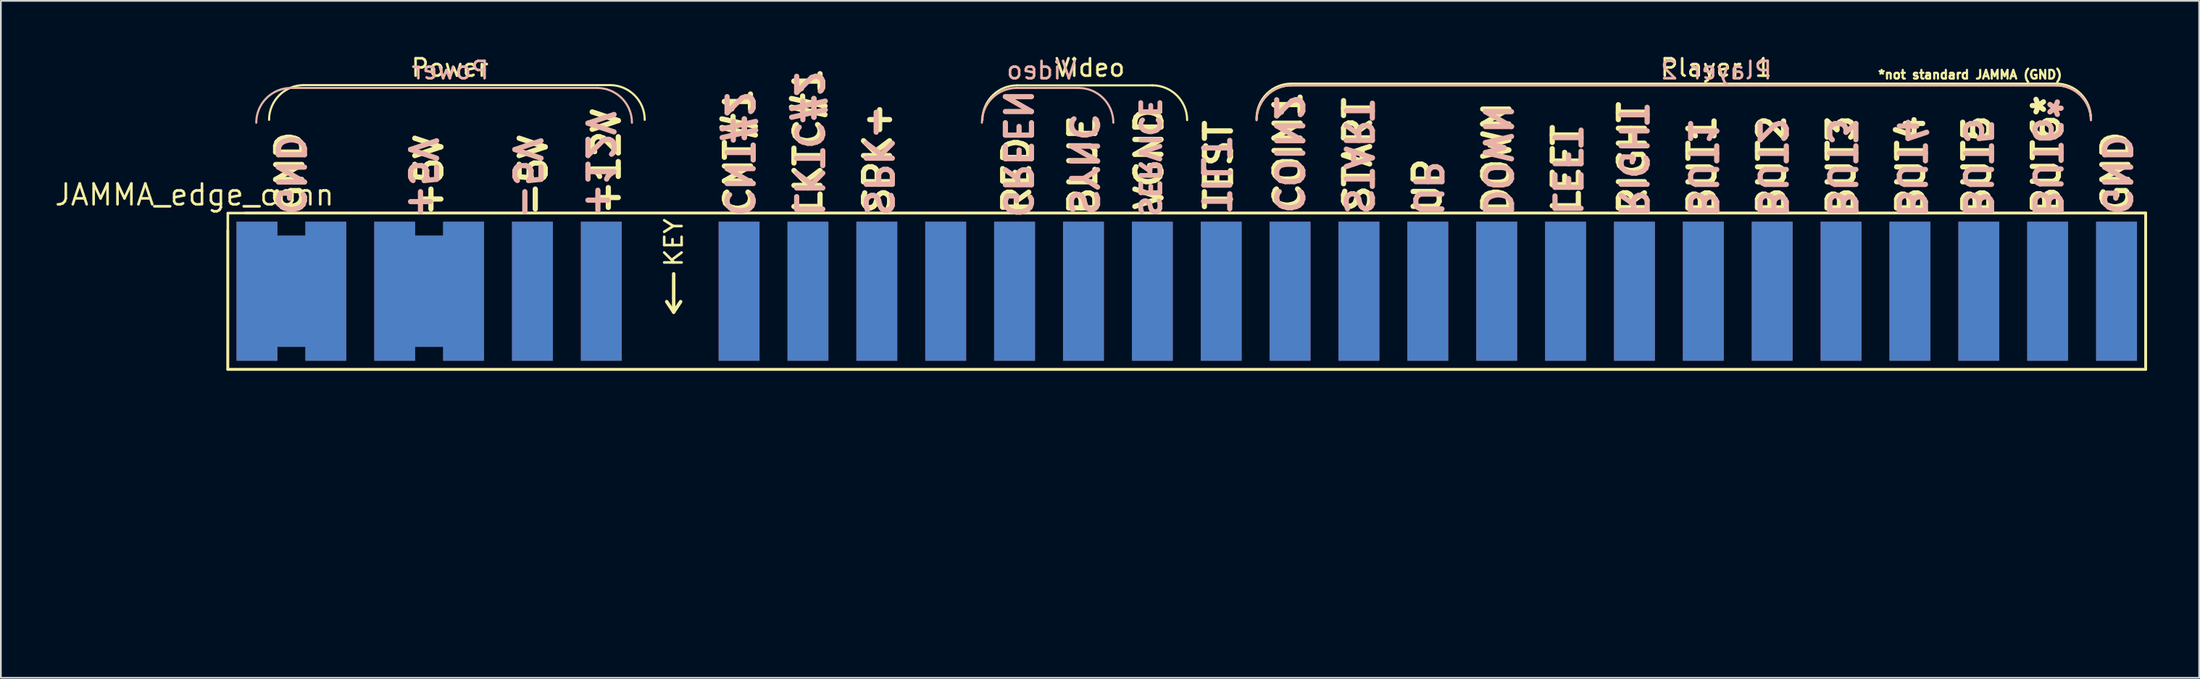
<source format=kicad_pcb>
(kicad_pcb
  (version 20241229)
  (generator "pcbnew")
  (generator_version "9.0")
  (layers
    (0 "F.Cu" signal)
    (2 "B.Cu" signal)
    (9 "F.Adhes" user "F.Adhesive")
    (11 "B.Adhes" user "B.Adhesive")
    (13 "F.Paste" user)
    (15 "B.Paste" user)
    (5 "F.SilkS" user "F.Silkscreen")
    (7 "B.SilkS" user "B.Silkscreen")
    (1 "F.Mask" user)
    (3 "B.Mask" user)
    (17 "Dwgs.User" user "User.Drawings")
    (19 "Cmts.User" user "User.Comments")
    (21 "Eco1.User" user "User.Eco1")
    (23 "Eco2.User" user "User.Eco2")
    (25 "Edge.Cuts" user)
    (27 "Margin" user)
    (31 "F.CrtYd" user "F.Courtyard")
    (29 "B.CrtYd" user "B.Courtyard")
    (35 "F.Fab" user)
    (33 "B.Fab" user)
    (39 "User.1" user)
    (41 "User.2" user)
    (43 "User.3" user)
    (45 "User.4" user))
  (footprint "JAMMA_edge_conn"
    (layer "F.Cu")
    (at 66.184 32.712)
    (property "Reference" "JAMMA_edge_conn" (at -58.05 -24.55 0) (layer "F.SilkS") (effects (font (size 1.2 1.2) (thickness 0.15))))
    (attr smd)
    (fp_rect (start -51.675 -15.9) (end -53.475 -22.1) (stroke (width 0.2) (type solid)) (fill yes) (layer "F.Cu"))
    (fp_rect (start -43.755 -15.9) (end -45.355 -22.1) (stroke (width 0.2) (type solid)) (fill yes) (layer "F.Cu"))
    (fp_rect (start -51.675 -15.9) (end -53.475 -22.1) (stroke (width 0.2) (type solid)) (fill yes) (layer "B.Cu"))
    (fp_rect (start -43.755 -15.9) (end -45.355 -22.1) (stroke (width 0.2) (type solid)) (fill yes) (layer "B.Cu"))
    (fp_poly (pts (xy -53.289 -15.011) (xy -55.626 -15.011) (xy -55.626 -23) (xy -53.289 -23)) (stroke (width 0.1) (type solid)) (fill yes) (layer "B.Mask"))
    (fp_poly (pts (xy -49.34 -15.011) (xy -51.676 -15.011) (xy -51.676 -23) (xy -49.34 -23)) (stroke (width 0.1) (type solid)) (fill yes) (layer "B.Mask"))
    (fp_poly (pts (xy -45.364 -15.011) (xy -47.701 -15.011) (xy -47.701 -23) (xy -45.364 -23)) (stroke (width 0.1) (type solid)) (fill yes) (layer "B.Mask"))
    (fp_poly (pts (xy -41.415 -15.011) (xy -43.752 -15.011) (xy -43.752 -23) (xy -41.415 -23)) (stroke (width 0.1) (type solid)) (fill yes) (layer "B.Mask"))
    (fp_poly (pts (xy -37.452 -15.011) (xy -39.789 -15.011) (xy -39.789 -23) (xy -37.452 -23)) (stroke (width 0.1) (type solid)) (fill yes) (layer "B.Mask"))
    (fp_poly (pts (xy -33.503 -15.011) (xy -35.839 -15.011) (xy -35.839 -23) (xy -33.503 -23)) (stroke (width 0.1) (type solid)) (fill yes) (layer "B.Mask"))
    (fp_poly (pts (xy -25.565 -14.999) (xy -27.902 -14.999) (xy -27.902 -22.987) (xy -25.565 -22.987)) (stroke (width 0.1) (type solid)) (fill yes) (layer "B.Mask"))
    (fp_poly (pts (xy -21.615 -14.999) (xy -23.952 -14.999) (xy -23.952 -22.987) (xy -21.615 -22.987)) (stroke (width 0.1) (type solid)) (fill yes) (layer "B.Mask"))
    (fp_poly (pts (xy -17.64 -14.999) (xy -19.977 -14.999) (xy -19.977 -22.987) (xy -17.64 -22.987)) (stroke (width 0.1) (type solid)) (fill yes) (layer "B.Mask"))
    (fp_poly (pts (xy -13.691 -14.999) (xy -16.027 -14.999) (xy -16.027 -22.987) (xy -13.691 -22.987)) (stroke (width 0.1) (type solid)) (fill yes) (layer "B.Mask"))
    (fp_poly (pts (xy -9.728 -14.999) (xy -12.065 -14.999) (xy -12.065 -22.987) (xy -9.728 -22.987)) (stroke (width 0.1) (type solid)) (fill yes) (layer "B.Mask"))
    (fp_poly (pts (xy -5.779 -14.999) (xy -8.115 -14.999) (xy -8.115 -22.987) (xy -5.779 -22.987)) (stroke (width 0.1) (type solid)) (fill yes) (layer "B.Mask"))
    (fp_poly (pts (xy -1.816 -15.011) (xy -4.153 -15.011) (xy -4.153 -23) (xy -1.816 -23)) (stroke (width 0.1) (type solid)) (fill yes) (layer "B.Mask"))
    (fp_poly (pts (xy 2.134 -15.011) (xy -0.203 -15.011) (xy -0.203 -23) (xy 2.134 -23)) (stroke (width 0.1) (type solid)) (fill yes) (layer "B.Mask"))
    (fp_poly (pts (xy 6.109 -15.011) (xy 3.772 -15.011) (xy 3.772 -23) (xy 6.109 -23)) (stroke (width 0.1) (type solid)) (fill yes) (layer "B.Mask"))
    (fp_poly (pts (xy 10.058 -15.011) (xy 7.722 -15.011) (xy 7.722 -23) (xy 10.058 -23)) (stroke (width 0.1) (type solid)) (fill yes) (layer "B.Mask"))
    (fp_poly (pts (xy 14.021 -15.011) (xy 11.684 -15.011) (xy 11.684 -23) (xy 14.021 -23)) (stroke (width 0.1) (type solid)) (fill yes) (layer "B.Mask"))
    (fp_poly (pts (xy 17.971 -15.011) (xy 15.634 -15.011) (xy 15.634 -23) (xy 17.971 -23)) (stroke (width 0.1) (type solid)) (fill yes) (layer "B.Mask"))
    (fp_poly (pts (xy 21.971 -15.011) (xy 19.634 -15.011) (xy 19.634 -23) (xy 21.971 -23)) (stroke (width 0.1) (type solid)) (fill yes) (layer "B.Mask"))
    (fp_poly (pts (xy 25.933 -15.011) (xy 23.597 -15.011) (xy 23.597 -23) (xy 25.933 -23)) (stroke (width 0.1) (type solid)) (fill yes) (layer "B.Mask"))
    (fp_poly (pts (xy 29.883 -15.011) (xy 27.546 -15.011) (xy 27.546 -23) (xy 29.883 -23)) (stroke (width 0.1) (type solid)) (fill yes) (layer "B.Mask"))
    (fp_poly (pts (xy 33.846 -15.024) (xy 31.509 -15.024) (xy 31.509 -23.012) (xy 33.846 -23.012)) (stroke (width 0.1) (type solid)) (fill yes) (layer "B.Mask"))
    (fp_poly (pts (xy 37.795 -15.024) (xy 35.458 -15.024) (xy 35.458 -23.012) (xy 37.795 -23.012)) (stroke (width 0.1) (type solid)) (fill yes) (layer "B.Mask"))
    (fp_poly (pts (xy 41.77 -15.024) (xy 39.434 -15.024) (xy 39.434 -23.012) (xy 41.77 -23.012)) (stroke (width 0.1) (type solid)) (fill yes) (layer "B.Mask"))
    (fp_poly (pts (xy 45.72 -15.024) (xy 43.383 -15.024) (xy 43.383 -23.012) (xy 45.72 -23.012)) (stroke (width 0.1) (type solid)) (fill yes) (layer "B.Mask"))
    (fp_poly (pts (xy 49.682 -15.024) (xy 47.346 -15.024) (xy 47.346 -23.012) (xy 49.682 -23.012)) (stroke (width 0.1) (type solid)) (fill yes) (layer "B.Mask"))
    (fp_poly (pts (xy 53.632 -15.024) (xy 51.295 -15.024) (xy 51.295 -23.012) (xy 53.632 -23.012)) (stroke (width 0.1) (type solid)) (fill yes) (layer "B.Mask"))
    (fp_line (start -56.135 -22.5) (end -56.135 -14.5) (stroke (width 0.15) (type solid)) (layer "F.SilkS"))
    (fp_line (start -56.135 -14.5) (end 54.135 -14.5) (stroke (width 0.15) (type solid)) (layer "F.SilkS"))
    (fp_line (start -56.135 -14.5) (end 54.135 -14.5) (stroke (width 0.15) (type solid)) (layer "F.SilkS"))
    (fp_line (start -56.134 -23.482) (end -56.135 -14.5) (stroke (width 0.15) (type solid)) (layer "F.SilkS"))
    (fp_line (start -34.164 -30.864) (end -51.764 -30.864) (stroke (width 0.12) (type solid)) (layer "F.SilkS"))
    (fp_line (start -30.9 -18.4) (end -30.5 -17.8) (stroke (width 0.2) (type solid)) (layer "F.SilkS"))
    (fp_line (start -30.5 -20) (end -30.5 -17.8) (stroke (width 0.2) (type solid)) (layer "F.SilkS"))
    (fp_line (start -30.5 -17.8) (end -30.1 -18.4) (stroke (width 0.2) (type solid)) (layer "F.SilkS"))
    (fp_line (start -10.75 -30.85) (end -2.978 -30.85) (stroke (width 0.12) (type solid)) (layer "F.SilkS"))
    (fp_line (start 48.986 -30.95) (end 5.014 -30.95) (stroke (width 0.12) (type solid)) (layer "F.SilkS"))
    (fp_line (start 48.986 -30.85) (end 5.014 -30.85) (stroke (width 0.12) (type solid)) (layer "F.SilkS"))
    (fp_line (start 54.135 -23.5) (end -56.134 -23.5) (stroke (width 0.15) (type solid)) (layer "F.SilkS"))
    (fp_line (start 54.135 -23.5) (end -55.135 -23.5) (stroke (width 0.15) (type solid)) (layer "F.SilkS"))
    (fp_line (start 54.135 -14.5) (end 54.135 -23.5) (stroke (width 0.15) (type solid)) (layer "F.SilkS"))
    (fp_line (start 54.135 -14.5) (end 54.135 -23.5) (stroke (width 0.15) (type solid)) (layer "F.SilkS"))
    (fp_arc (start -53.764214 -28.864214) (mid -53.178423 -30.278423) (end -51.764214 -30.864214) (stroke (width 0.12) (type solid)) (layer "F.SilkS"))
    (fp_arc (start -34.164214 -30.864214) (mid -32.749986 -30.278433) (end -32.164214 -28.864214) (stroke (width 0.12) (type solid)) (layer "F.SilkS"))
    (fp_arc (start -12.75 -28.85) (mid -12.164214 -30.264214) (end -10.75 -30.85) (stroke (width 0.12) (type solid)) (layer "F.SilkS"))
    (fp_arc (start -2.978428 -30.85) (mid -1.564213 -30.264215) (end -0.978428 -28.85) (stroke (width 0.12) (type solid)) (layer "F.SilkS"))
    (fp_arc (start 3.014214 -28.95) (mid 3.6 -30.364214) (end 5.014214 -30.95) (stroke (width 0.12) (type solid)) (layer "F.SilkS"))
    (fp_arc (start 3.014214 -28.85) (mid 3.6 -30.264214) (end 5.014214 -30.85) (stroke (width 0.12) (type solid)) (layer "F.SilkS"))
    (fp_arc (start 48.985786 -30.95) (mid 50.4 -30.364214) (end 50.985786 -28.95) (stroke (width 0.12) (type solid)) (layer "F.SilkS"))
    (fp_arc (start 48.985786 -30.85) (mid 50.400009 -30.264219) (end 50.985786 -28.85) (stroke (width 0.12) (type solid)) (layer "F.SilkS"))
    (fp_line (start -52.5 -30.7) (end -34.9 -30.7) (stroke (width 0.12) (type solid)) (layer "B.SilkS"))
    (fp_line (start -7.221 -30.7) (end -10.779 -30.7) (stroke (width 0.12) (type solid)) (layer "B.SilkS"))
    (fp_line (start 48.986 -30.85) (end 5.014 -30.85) (stroke (width 0.12) (type solid)) (layer "B.SilkS"))
    (fp_arc (start -54.5 -28.7) (mid -53.914209 -30.114205) (end -52.5 -30.7) (stroke (width 0.12) (type solid)) (layer "B.SilkS"))
    (fp_arc (start -34.9 -30.7) (mid -33.485781 -30.114214) (end -32.9 -28.7) (stroke (width 0.12) (type solid)) (layer "B.SilkS"))
    (fp_arc (start -12.778679 -28.7) (mid -12.192887 -30.114199) (end -10.778679 -30.7) (stroke (width 0.12) (type solid)) (layer "B.SilkS"))
    (fp_arc (start -7.221322 -30.7) (mid -5.807085 -30.114224) (end -5.221322 -28.7) (stroke (width 0.12) (type solid)) (layer "B.SilkS"))
    (fp_arc (start 3.014214 -28.85) (mid 3.6 -30.264214) (end 5.014214 -30.85) (stroke (width 0.12) (type solid)) (layer "B.SilkS"))
    (fp_arc (start 48.985786 -30.85) (mid 50.400009 -30.264219) (end 50.985786 -28.85) (stroke (width 0.12) (type solid)) (layer "B.SilkS"))
    (fp_text user "+5V" (at -44.564 -25.664 90) (unlocked yes) (layer "F.SilkS") (effects (font (size 1.5 1.5) (thickness 0.3))))
    (fp_text user "BLUE" (at -6.964 -26.264 90) (unlocked yes) (layer "F.SilkS") (effects (font (size 1.5 1.5) (thickness 0.3))))
    (fp_text user "RED" (at -10.764 -25.664 90) (unlocked yes) (layer "F.SilkS") (effects (font (size 1.5 1.5) (thickness 0.3))))
    (fp_text user "TEST" (at 0.836 -26.264 90) (unlocked yes) (layer "F.SilkS") (effects (font (size 1.5 1.5) (thickness 0.3))))
    (fp_text user "BUT6*" (at 48.436 -26.864 90) (unlocked yes) (layer "F.SilkS") (effects (font (size 1.5 1.5) (thickness 0.3))))
    (fp_text user "START" (at 8.836 -26.864 90) (unlocked yes) (layer "F.SilkS") (effects (font (size 1.5 1.5) (thickness 0.3))))
    (fp_text user "CNT#1" (at -26.764 -27.064 90) (unlocked yes) (layer "F.SilkS") (effects (font (size 1.5 1.5) (thickness 0.3))))
    (fp_text user "GND" (at -52.564 -25.864 90) (unlocked yes) (layer "F.SilkS") (effects (font (size 1.5 1.5) (thickness 0.3))))
    (fp_text user "COIN1" (at 4.836 -27.064 90) (unlocked yes) (layer "F.SilkS") (effects (font (size 1.5 1.5) (thickness 0.3))))
    (fp_text user "UP" (at 12.836 -25.064 90) (unlocked yes) (layer "F.SilkS") (effects (font (size 1.5 1.5) (thickness 0.3))))
    (fp_text user "*not standard JAMMA (GND)" (at 44.036 -31.464 0) (unlocked yes) (layer "F.SilkS") (effects (font (size 0.5 0.5) (thickness 0.125))))
    (fp_text user "VGND" (at -3.164 -26.664 90) (unlocked yes) (layer "F.SilkS") (effects (font (size 1.5 1.5) (thickness 0.3))))
    (fp_text user "Power" (at -43.364 -31.864 0) (unlocked yes) (layer "F.SilkS") (effects (font (size 1 1) (thickness 0.15))))
    (fp_text user "BUT5" (at 44.436 -26.264 90) (unlocked yes) (layer "F.SilkS") (effects (font (size 1.5 1.5) (thickness 0.3))))
    (fp_text user "Player 1" (at 29.436 -31.864 0) (unlocked yes) (layer "F.SilkS") (effects (font (size 1 1) (thickness 0.15))))
    (fp_text user "BUT3" (at 36.636 -26.264 90) (unlocked yes) (layer "F.SilkS") (effects (font (size 1.5 1.5) (thickness 0.3))))
    (fp_text user "+12V" (at -34.364 -26.464 90) (unlocked yes) (layer "F.SilkS") (effects (font (size 1.5 1.5) (thickness 0.3))))
    (fp_text user "BUT1" (at 28.636 -26.264 90) (unlocked yes) (layer "F.SilkS") (effects (font (size 1.5 1.5) (thickness 0.3))))
    (fp_text user "KEY" (at -30.5 -21.8 90) (unlocked yes) (layer "F.SilkS") (effects (font (size 1 1) (thickness 0.15))))
    (fp_text user "RIGHT" (at 24.636 -26.664 90) (unlocked yes) (layer "F.SilkS") (effects (font (size 1.5 1.5) (thickness 0.3))))
    (fp_text user "SPK+" (at -18.764 -26.664 90) (unlocked yes) (layer "F.SilkS") (effects (font (size 1.5 1.5) (thickness 0.3))))
    (fp_text user "DOWN" (at 16.836 -26.664 90) (unlocked yes) (layer "F.SilkS") (effects (font (size 1.5 1.5) (thickness 0.3))))
    (fp_text user "GND" (at 52.436 -25.864 90) (unlocked yes) (layer "F.SilkS") (effects (font (size 1.5 1.5) (thickness 0.3))))
    (fp_text user "LKTC#1" (at -22.764 -27.664 90) (unlocked yes) (layer "F.SilkS") (effects (font (size 1.5 1.5) (thickness 0.3))))
    (fp_text user "BUT4" (at 40.636 -26.264 90) (unlocked yes) (layer "F.SilkS") (effects (font (size 1.5 1.5) (thickness 0.3))))
    (fp_text user "LEFT" (at 20.836 -26.064 90) (unlocked yes) (layer "F.SilkS") (effects (font (size 1.5 1.5) (thickness 0.3))))
    (fp_text user "-5V" (at -38.564 -25.664 90) (unlocked yes) (layer "F.SilkS") (effects (font (size 1.5 1.5) (thickness 0.3))))
    (fp_text user "BUT2" (at 32.636 -26.264 90) (unlocked yes) (layer "F.SilkS") (effects (font (size 1.5 1.5) (thickness 0.3))))
    (fp_text user "Video" (at -6.564 -31.864 0) (unlocked yes) (layer "F.SilkS") (effects (font (size 1 1) (thickness 0.15))))
    (fp_text user "GND" (at -52.55 -25.714 270) (unlocked yes) (layer "B.SilkS") (effects (font (size 1.5 1.5) (thickness 0.3)) (justify mirror)))
    (fp_text user "-5V" (at -38.95 -25.514 270) (unlocked yes) (layer "B.SilkS") (effects (font (size 1.5 1.5) (thickness 0.3)) (justify mirror)))
    (fp_text user "BUT1" (at 28.65 -26.114 270) (unlocked yes) (layer "B.SilkS") (effects (font (size 1.5 1.5) (thickness 0.3)) (justify mirror)))
    (fp_text user "BUT2" (at 32.65 -26.114 270) (unlocked yes) (layer "B.SilkS") (effects (font (size 1.5 1.5) (thickness 0.3)) (justify mirror)))
    (fp_text user "DOWN" (at 16.85 -26.514 270) (unlocked yes) (layer "B.SilkS") (effects (font (size 1.5 1.5) (thickness 0.3)) (justify mirror)))
    (fp_text user "CNT#2" (at -26.75 -26.914 270) (unlocked yes) (layer "B.SilkS") (effects (font (size 1.5 1.5) (thickness 0.3)) (justify mirror)))
    (fp_text user "COIN2" (at 4.85 -26.914 270) (unlocked yes) (layer "B.SilkS") (effects (font (size 1.5 1.5) (thickness 0.3)) (justify mirror)))
    (fp_text user "UP" (at 12.85 -24.914 270) (unlocked yes) (layer "B.SilkS") (effects (font (size 1.5 1.5) (thickness 0.3)) (justify mirror)))
    (fp_text user "RIGHT" (at 24.65 -26.514 270) (unlocked yes) (layer "B.SilkS") (effects (font (size 1.5 1.5) (thickness 0.3)) (justify mirror)))
    (fp_text user "LKTC#2" (at -22.75 -27.514 270) (unlocked yes) (layer "B.SilkS") (effects (font (size 1.5 1.5) (thickness 0.3)) (justify mirror)))
    (fp_text user "+5V" (at -44.95 -25.514 270) (unlocked yes) (layer "B.SilkS") (effects (font (size 1.5 1.5) (thickness 0.3)) (justify mirror)))
    (fp_text user "+12V" (at -34.75 -26.314 270) (unlocked yes) (layer "B.SilkS") (effects (font (size 1.5 1.5) (thickness 0.3)) (justify mirror)))
    (fp_text user "TILT" (at 0.65 -25.714 270) (unlocked yes) (layer "B.SilkS") (effects (font (size 1.5 1.5) (thickness 0.3)) (justify mirror)))
    (fp_text user "BUT5" (at 44.45 -26.114 270) (unlocked yes) (layer "B.SilkS") (effects (font (size 1.5 1.5) (thickness 0.3)) (justify mirror)))
    (fp_text user "LEFT" (at 20.85 -25.914 270) (unlocked yes) (layer "B.SilkS") (effects (font (size 1.5 1.5) (thickness 0.3)) (justify mirror)))
    (fp_text user "BUT4" (at 40.65 -26.114 270) (unlocked yes) (layer "B.SilkS") (effects (font (size 1.5 1.5) (thickness 0.3)) (justify mirror)))
    (fp_text user "Video" (at -9.35 -31.714 0) (unlocked yes) (layer "B.SilkS") (effects (font (size 1 1) (thickness 0.15)) (justify mirror)))
    (fp_text user "Player 2" (at 29.45 -31.714 0) (unlocked yes) (layer "B.SilkS") (effects (font (size 1 1) (thickness 0.15)) (justify mirror)))
    (fp_text user "SYNC" (at -6.95 -26.314 270) (unlocked yes) (layer "B.SilkS") (effects (font (size 1.5 1.5) (thickness 0.3)) (justify mirror)))
    (fp_text user "Power" (at -43.35 -31.714 0) (unlocked yes) (layer "B.SilkS") (effects (font (size 1 1) (thickness 0.15)) (justify mirror)))
    (fp_text user "BUT3" (at 36.65 -26.114 270) (unlocked yes) (layer "B.SilkS") (effects (font (size 1.5 1.5) (thickness 0.3)) (justify mirror)))
    (fp_text user "GREEN" (at -10.75 -26.914 270) (unlocked yes) (layer "B.SilkS") (effects (font (size 1.5 1.5) (thickness 0.3)) (justify mirror)))
    (fp_text user "SPK-" (at -18.75 -26.514 270) (unlocked yes) (layer "B.SilkS") (effects (font (size 1.5 1.5) (thickness 0.3)) (justify mirror)))
    (fp_text user "GND" (at 52.45 -25.714 270) (unlocked yes) (layer "B.SilkS") (effects (font (size 1.5 1.5) (thickness 0.3)) (justify mirror)))
    (fp_text user "BUT6*" (at 48.45 -26.714 270) (unlocked yes) (layer "B.SilkS") (effects (font (size 1.5 1.5) (thickness 0.3)) (justify mirror)))
    (fp_text user "START" (at 8.85 -26.714 270) (unlocked yes) (layer "B.SilkS") (effects (font (size 1.5 1.5) (thickness 0.3)) (justify mirror)))
    (fp_text user "SERVICE" (at -3.15 -26.714 270) (unlocked yes) (layer "B.SilkS") (effects (font (size 1.1 1.1) (thickness 0.275)) (justify mirror)))
    (pad "1" connect rect (at -54.46 -19) (size 2.35 8) (layers "F.Cu" "F.Mask"))
    (pad "2" connect rect (at -50.5 -19) (size 2.35 8) (layers "F.Cu" "F.Mask"))
    (pad "3" connect rect (at -46.54 -19) (size 2.35 8) (layers "F.Cu" "F.Mask"))
    (pad "4" connect rect (at -42.58 -19) (size 2.35 8) (layers "F.Cu" "F.Mask"))
    (pad "5" connect rect (at -38.62 -19) (size 2.35 8) (layers "F.Cu" "F.Mask"))
    (pad "6" connect rect (at -34.66 -19) (size 2.35 8) (layers "F.Cu" "F.Mask"))
    (pad "8" connect rect (at -26.74 -19) (size 2.35 8) (layers "F.Cu" "F.Mask"))
    (pad "9" connect rect (at -22.78 -19) (size 2.35 8) (layers "F.Cu" "F.Mask"))
    (pad "10" connect rect (at -18.82 -19) (size 2.35 8) (layers "F.Cu" "F.Mask"))
    (pad "11" connect rect (at -14.86 -19) (size 2.35 8) (layers "F.Cu" "F.Mask"))
    (pad "12" connect rect (at -10.9 -19) (size 2.35 8) (layers "F.Cu" "F.Mask"))
    (pad "13" connect rect (at -6.94 -19) (size 2.35 8) (layers "F.Cu" "F.Mask"))
    (pad "14" connect rect (at -2.98 -19) (size 2.35 8) (layers "F.Cu" "F.Mask"))
    (pad "15" connect rect (at 0.98 -19) (size 2.35 8) (layers "F.Cu" "F.Mask"))
    (pad "16" connect rect (at 4.94 -19) (size 2.35 8) (layers "F.Cu" "F.Mask"))
    (pad "17" connect rect (at 8.9 -19) (size 2.35 8) (layers "F.Cu" "F.Mask"))
    (pad "18" connect rect (at 12.86 -19) (size 2.35 8) (layers "F.Cu" "F.Mask"))
    (pad "19" connect rect (at 16.82 -19) (size 2.35 8) (layers "F.Cu" "F.Mask"))
    (pad "20" connect rect (at 20.78 -19) (size 2.35 8) (layers "F.Cu" "F.Mask"))
    (pad "21" connect rect (at 24.74 -19) (size 2.35 8) (layers "F.Cu" "F.Mask"))
    (pad "22" connect rect (at 28.7 -19) (size 2.35 8) (layers "F.Cu" "F.Mask"))
    (pad "23" connect rect (at 32.66 -19) (size 2.35 8) (layers "F.Cu" "F.Mask"))
    (pad "24" connect rect (at 36.62 -19) (size 2.35 8) (layers "F.Cu" "F.Mask"))
    (pad "25" connect rect (at 40.58 -19) (size 2.35 8) (layers "F.Cu" "F.Mask"))
    (pad "26" connect rect (at 44.54 -19) (size 2.35 8) (layers "F.Cu" "F.Mask"))
    (pad "27" connect rect (at 48.5 -19) (size 2.35 8) (layers "F.Cu" "F.Mask"))
    (pad "28" connect rect (at 52.46 -19) (size 2.35 8) (layers "F.Cu" "F.Mask"))
    (pad "A" connect rect (at -54.46 -19) (size 2.35 8) (layers "B.Cu" "B.Mask"))
    (pad "B" connect rect (at -50.5 -19) (size 2.35 8) (layers "B.Cu" "B.Mask"))
    (pad "C" connect rect (at -46.54 -19) (size 2.35 8) (property pad_prop_testpoint) (layers "B.Cu" "B.Mask"))
    (pad "D" connect rect (at -42.58 -19) (size 2.35 8) (layers "B.Cu" "B.Mask"))
    (pad "E" connect rect (at -38.62 -19) (size 2.35 8) (layers "B.Cu" "B.Mask"))
    (pad "F" connect rect (at -34.66 -19) (size 2.35 8) (layers "B.Cu" "B.Mask"))
    (pad "J" connect rect (at -26.74 -19) (size 2.35 8) (layers "B.Cu" "B.Mask"))
    (pad "K" connect rect (at -22.78 -19) (size 2.35 8) (layers "B.Cu" "B.Mask"))
    (pad "L" connect rect (at -18.82 -19) (size 2.35 8) (layers "B.Cu" "B.Mask"))
    (pad "M" connect rect (at -14.86 -19) (size 2.35 8) (layers "B.Cu" "B.Mask"))
    (pad "N" connect rect (at -10.9 -19) (size 2.35 8) (layers "B.Cu" "B.Mask"))
    (pad "P" connect rect (at -6.94 -19) (size 2.35 8) (layers "B.Cu" "B.Mask"))
    (pad "R" connect rect (at -2.98 -19) (size 2.35 8) (layers "B.Cu" "B.Mask"))
    (pad "S" connect rect (at 0.98 -19) (size 2.35 8) (layers "B.Cu" "B.Mask"))
    (pad "T" connect rect (at 4.94 -19) (size 2.35 8) (layers "B.Cu" "B.Mask"))
    (pad "U" connect rect (at 8.9 -19) (size 2.35 8) (layers "B.Cu" "B.Mask"))
    (pad "V" connect rect (at 12.86 -19) (size 2.35 8) (layers "B.Cu" "B.Mask"))
    (pad "W" connect rect (at 16.82 -19) (size 2.35 8) (layers "B.Cu" "B.Mask"))
    (pad "X" connect rect (at 20.78 -19) (size 2.35 8) (layers "B.Cu" "B.Mask"))
    (pad "Y" connect rect (at 24.74 -19) (size 2.35 8) (layers "B.Cu" "B.Mask"))
    (pad "Z" connect rect (at 28.7 -19) (size 2.35 8) (layers "B.Cu" "B.Mask"))
    (pad "a" connect rect (at 32.66 -19) (size 2.35 8) (layers "B.Cu" "B.Mask"))
    (pad "b" connect rect (at 36.62 -19) (size 2.35 8) (layers "B.Cu" "B.Mask"))
    (pad "c" connect rect (at 40.58 -19) (size 2.35 8) (layers "B.Cu" "B.Mask"))
    (pad "d" connect rect (at 44.54 -19) (size 2.35 8) (layers "B.Cu" "B.Mask"))
    (pad "e" connect rect (at 48.5 -19) (size 2.35 8) (layers "B.Cu" "B.Mask"))
    (pad "f" connect rect (at 52.46 -19) (size 2.35 8) (layers "B.Cu" "B.Mask")))
  (gr_rect
    (start -3 -3)
    (end 123.394 35.962)
    (stroke (width 0.1) (type default))
    (fill no)
    (layer "Edge.Cuts")))
</source>
